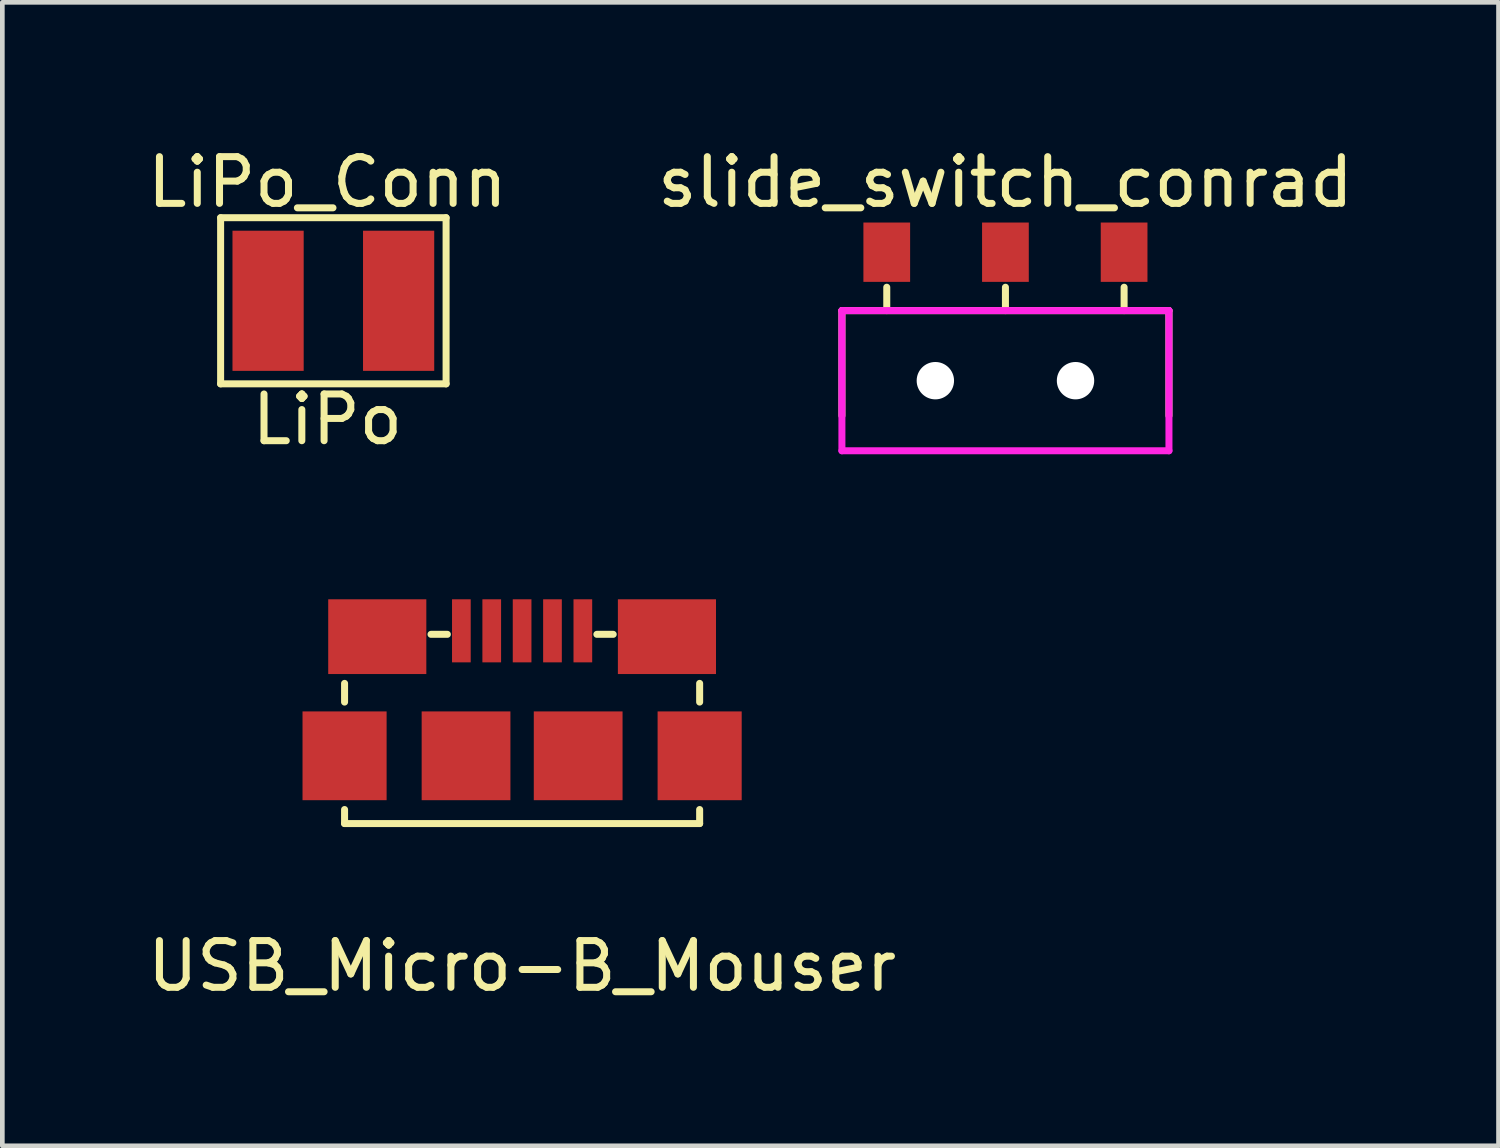
<source format=kicad_pcb>
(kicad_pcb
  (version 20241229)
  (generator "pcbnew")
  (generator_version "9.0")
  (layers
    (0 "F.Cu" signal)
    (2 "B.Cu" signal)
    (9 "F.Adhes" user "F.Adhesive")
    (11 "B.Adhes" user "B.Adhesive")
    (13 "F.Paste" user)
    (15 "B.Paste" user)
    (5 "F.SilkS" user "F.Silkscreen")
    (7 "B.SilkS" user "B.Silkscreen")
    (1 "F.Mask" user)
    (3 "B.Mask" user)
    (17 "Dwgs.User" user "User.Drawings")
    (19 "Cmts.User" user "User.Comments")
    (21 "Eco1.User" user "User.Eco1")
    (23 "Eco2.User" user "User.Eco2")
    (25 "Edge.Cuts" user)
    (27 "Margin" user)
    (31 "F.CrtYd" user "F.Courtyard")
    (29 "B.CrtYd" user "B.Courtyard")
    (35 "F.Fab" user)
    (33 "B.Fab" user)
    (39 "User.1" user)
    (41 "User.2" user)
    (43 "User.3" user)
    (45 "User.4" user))
  (footprint "LiPo_Conn"
    (layer "F.Cu")
    (at 3.958 3.388)
    (property "Reference" "LiPo_Conn" (at 0 -2.54 0) (layer "F.SilkS") (effects (font (size 1 1) (thickness 0.15))))
    (attr through_hole)
    (fp_line (start -2.286 -1.778) (end 2.54 -1.778) (stroke (width 0.15) (type solid)) (layer "F.SilkS"))
    (fp_line (start -2.286 1.778) (end -2.286 -1.778) (stroke (width 0.15) (type solid)) (layer "F.SilkS"))
    (fp_line (start 2.54 -1.778) (end 2.54 1.778) (stroke (width 0.15) (type solid)) (layer "F.SilkS"))
    (fp_line (start 2.54 1.778) (end -2.286 1.778) (stroke (width 0.15) (type solid)) (layer "F.SilkS"))
    (fp_text user "LiPo" (at 0 2.54 0) (layer "F.SilkS") (effects (font (size 1 1) (thickness 0.15))))
    (pad "1" smd rect (at 1.524 0) (size 1.524 3) (layers "F.Cu" "F.Mask" "F.Paste"))
    (pad "2" smd rect (at -1.27 0) (size 1.524 3) (layers "F.Cu" "F.Mask" "F.Paste")))
  (footprint "USB_Micro-B_Mouser"
    (layer "F.Cu")
    (at 8.125 13.127)
    (property "Reference" "USB_Micro-B_Mouser" (at 0 4.5 0) (layer "F.SilkS") (effects (font (size 1 1) (thickness 0.15))))
    (attr through_hole)
    (fp_line (start -3.8 -1.15) (end -3.8 -1.55) (stroke (width 0.15) (type solid)) (layer "F.SilkS"))
    (fp_line (start -3.8 1.45) (end -3.8 1.15) (stroke (width 0.15) (type solid)) (layer "F.SilkS"))
    (fp_line (start -3.8 1.45) (end 3.8 1.45) (stroke (width 0.15) (type solid)) (layer "F.SilkS"))
    (fp_line (start -1.95 -2.6) (end -1.6 -2.6) (stroke (width 0.15) (type solid)) (layer "F.SilkS"))
    (fp_line (start 1.6 -2.6) (end 1.95 -2.6) (stroke (width 0.15) (type solid)) (layer "F.SilkS"))
    (fp_line (start 3.8 -1.15) (end 3.8 -1.55) (stroke (width 0.15) (type solid)) (layer "F.SilkS"))
    (fp_line (start 3.8 1.45) (end 3.8 1.15) (stroke (width 0.15) (type solid)) (layer "F.SilkS"))
    (pad "1" smd rect (at -1.3 -2.675) (size 0.4 1.35) (layers "F.Cu" "F.Mask" "F.Paste"))
    (pad "2" smd rect (at -0.65 -2.675) (size 0.4 1.35) (layers "F.Cu" "F.Mask" "F.Paste"))
    (pad "3" smd rect (at 0 -2.675) (size 0.4 1.35) (layers "F.Cu" "F.Mask" "F.Paste"))
    (pad "4" smd rect (at 0.65 -2.675) (size 0.4 1.35) (layers "F.Cu" "F.Mask" "F.Paste"))
    (pad "5" smd rect (at 1.3 -2.675) (size 0.4 1.35) (layers "F.Cu" "F.Mask" "F.Paste"))
    (pad "TP1" smd rect (at 1.2 0) (size 1.9 1.9) (layers "F.Cu" "F.Mask" "F.Paste"))
    (pad "TP2" smd rect (at -1.2 0) (size 1.9 1.9) (layers "F.Cu" "F.Mask" "F.Paste"))
    (pad "TP3" smd rect (at 3.8 0) (size 1.8 1.9) (layers "F.Cu" "F.Mask" "F.Paste"))
    (pad "TP4" smd rect (at -3.8 0) (size 1.8 1.9) (layers "F.Cu" "F.Mask" "F.Paste"))
    (pad "TP5" smd rect (at -3.1 -2.55) (size 2.1 1.6) (layers "F.Cu" "F.Mask" "F.Paste"))
    (pad "TP6" smd rect (at 3.1 -2.55) (size 2.1 1.6) (layers "F.Cu" "F.Mask" "F.Paste")))
  (footprint "slide_switch_conrad"
    (layer "F.Cu")
    (at 18.47 2.348)
    (property "Reference" "slide_switch_conrad" (at 0 -1.5 0) (layer "F.SilkS") (effects (font (size 1 1) (thickness 0.15))))
    (attr through_hole)
    (fp_line (start -3.5 1.25) (end -3.5 3.5) (stroke (width 0.15) (type solid)) (layer "F.SilkS"))
    (fp_line (start -3.5 1.25) (end 3.5 1.25) (stroke (width 0.15) (type solid)) (layer "F.SilkS"))
    (fp_line (start -2.54 0.75) (end -2.54 1.25) (stroke (width 0.15) (type solid)) (layer "F.SilkS"))
    (fp_line (start 0 0.75) (end 0 1.25) (stroke (width 0.15) (type solid)) (layer "F.SilkS"))
    (fp_line (start 2.54 0.75) (end 2.54 1.25) (stroke (width 0.15) (type solid)) (layer "F.SilkS"))
    (fp_line (start 3.5 1.25) (end 3.5 3.5) (stroke (width 0.15) (type solid)) (layer "F.SilkS"))
    (fp_line (start -3.5 1.25) (end 3.5 1.25) (stroke (width 0.15) (type solid)) (layer "F.CrtYd"))
    (fp_line (start -3.5 4.25) (end -3.5 1.25) (stroke (width 0.15) (type solid)) (layer "F.CrtYd"))
    (fp_line (start -3.5 4.25) (end 3.5 4.25) (stroke (width 0.15) (type solid)) (layer "F.CrtYd"))
    (fp_line (start 3.5 4.25) (end 3.5 1.25) (stroke (width 0.15) (type solid)) (layer "F.CrtYd"))
    (pad "" np_thru_hole circle (at -1.5 2.75) (size 0.8 0.8) (drill 0.8) (layers "*.Cu" "*.Mask"))
    (pad "" np_thru_hole circle (at 1.5 2.75) (size 0.8 0.8) (drill 0.8) (layers "*.Cu" "*.Mask"))
    (pad "1" smd rect (at -2.54 0) (size 1 1.27) (layers "F.Cu" "F.Mask" "F.Paste"))
    (pad "2" smd rect (at 0 0) (size 1 1.27) (layers "F.Cu" "F.Mask" "F.Paste"))
    (pad "3" smd rect (at 2.54 0) (size 1 1.27) (layers "F.Cu" "F.Mask" "F.Paste")))
  (gr_rect
    (start -3 -3)
    (end 29.024 21.475)
    (stroke (width 0.1) (type default))
    (fill no)
    (layer "Edge.Cuts")))
</source>
